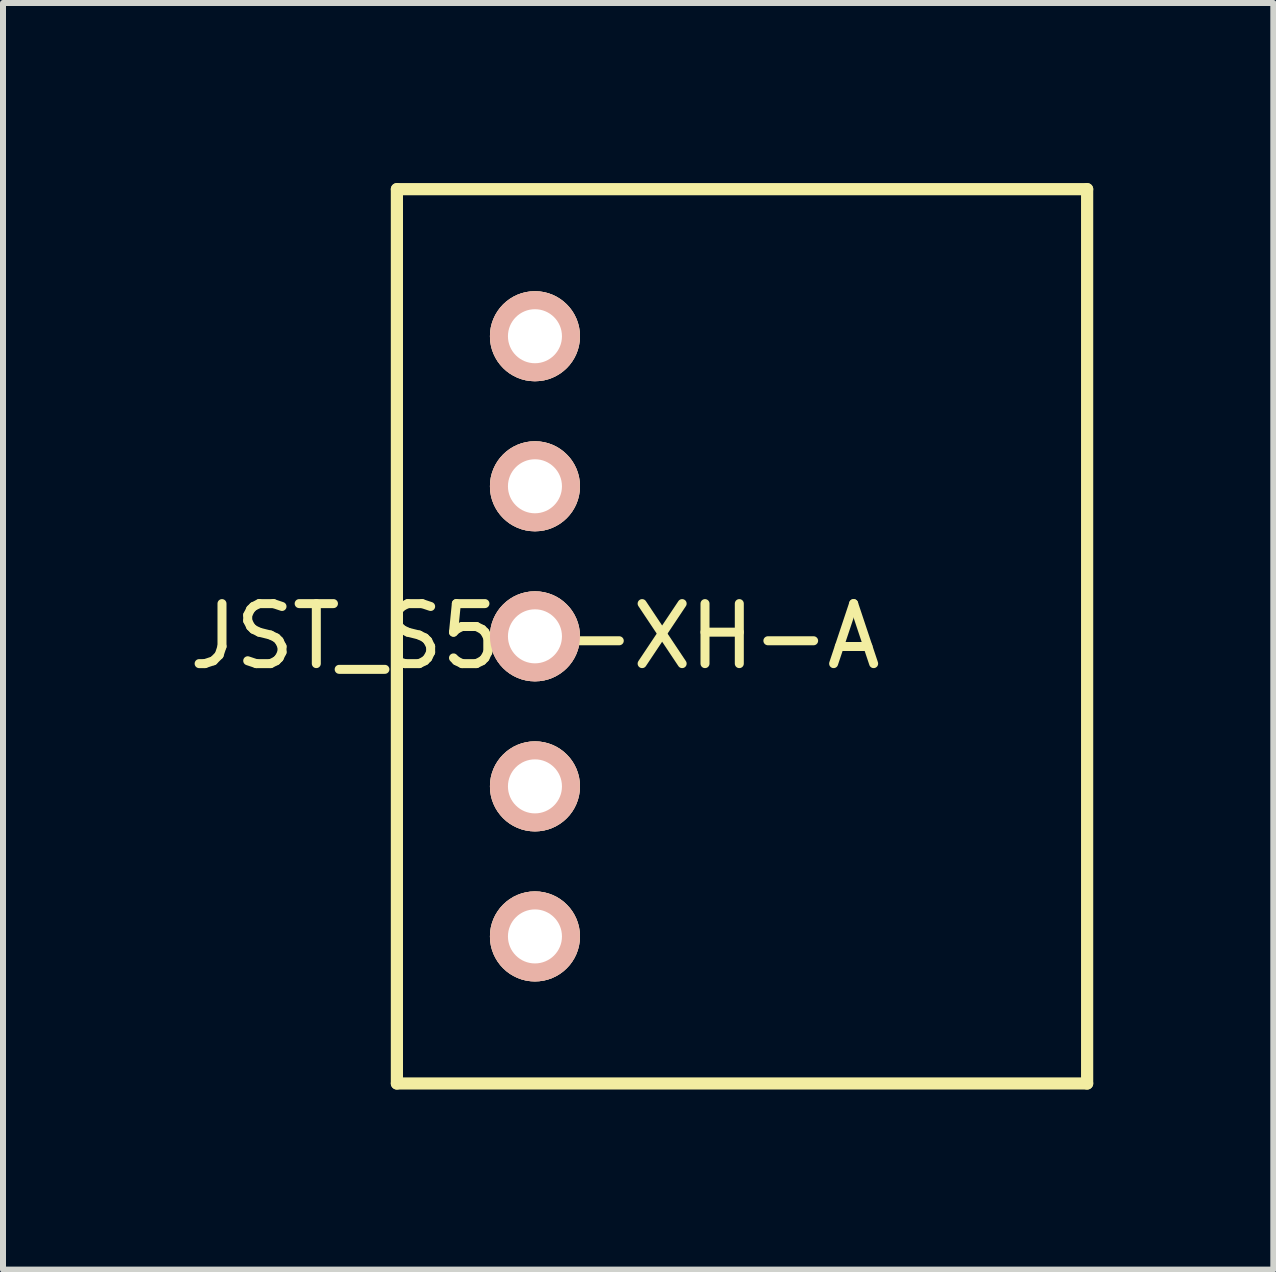
<source format=kicad_pcb>
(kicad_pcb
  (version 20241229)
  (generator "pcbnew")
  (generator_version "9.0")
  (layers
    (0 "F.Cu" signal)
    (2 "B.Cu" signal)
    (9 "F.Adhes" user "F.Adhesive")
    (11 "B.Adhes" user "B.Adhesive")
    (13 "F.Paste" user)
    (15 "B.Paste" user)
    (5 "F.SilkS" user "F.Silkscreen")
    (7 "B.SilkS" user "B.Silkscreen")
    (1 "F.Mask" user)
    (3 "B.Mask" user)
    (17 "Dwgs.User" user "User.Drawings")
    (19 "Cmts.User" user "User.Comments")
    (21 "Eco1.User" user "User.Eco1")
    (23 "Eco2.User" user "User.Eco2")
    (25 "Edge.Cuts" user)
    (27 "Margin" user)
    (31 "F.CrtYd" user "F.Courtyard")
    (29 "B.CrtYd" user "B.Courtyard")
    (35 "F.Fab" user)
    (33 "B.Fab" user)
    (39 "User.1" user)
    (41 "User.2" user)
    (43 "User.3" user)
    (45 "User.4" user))
  (footprint "JST_S5B-XH-A"
    (layer "F.Cu")
    (at 5.863 7.552)
    (property "Reference" "JST_S5B-XH-A" (at 0 0 0) (layer "F.SilkS") (effects (font (size 1 1) (thickness 0.15))))
    (attr through_hole)
    (fp_line (start -2.3 -7.45) (end 9.2 -7.45) (stroke (width 0.203) (type solid)) (layer "F.SilkS"))
    (fp_line (start -2.3 7.45) (end -2.3 -7.45) (stroke (width 0.203) (type solid)) (layer "F.SilkS"))
    (fp_line (start 9.2 -7.45) (end 9.2 7.45) (stroke (width 0.203) (type solid)) (layer "F.SilkS"))
    (fp_line (start 9.2 7.45) (end -2.3 7.45) (stroke (width 0.203) (type solid)) (layer "F.SilkS"))
    (pad "1" thru_hole circle (at 0 5) (size 1.5 1.5) (drill 0.9) (layers "*.Cu" "*.SilkS" "*.Mask"))
    (pad "2" thru_hole circle (at 0 2.5) (size 1.5 1.5) (drill 0.9) (layers "*.Cu" "*.SilkS" "*.Mask"))
    (pad "3" thru_hole circle (at 0 0) (size 1.5 1.5) (drill 0.9) (layers "*.Cu" "*.SilkS" "*.Mask"))
    (pad "4" thru_hole circle (at 0 -2.5) (size 1.5 1.5) (drill 0.9) (layers "*.Cu" "*.SilkS" "*.Mask"))
    (pad "5" thru_hole circle (at 0 -5) (size 1.5 1.5) (drill 0.9) (layers "*.Cu" "*.SilkS" "*.Mask")))
  (gr_rect
    (start -3 -3)
    (end 18.165 18.103)
    (stroke (width 0.1) (type default))
    (fill no)
    (layer "Edge.Cuts")))
</source>
